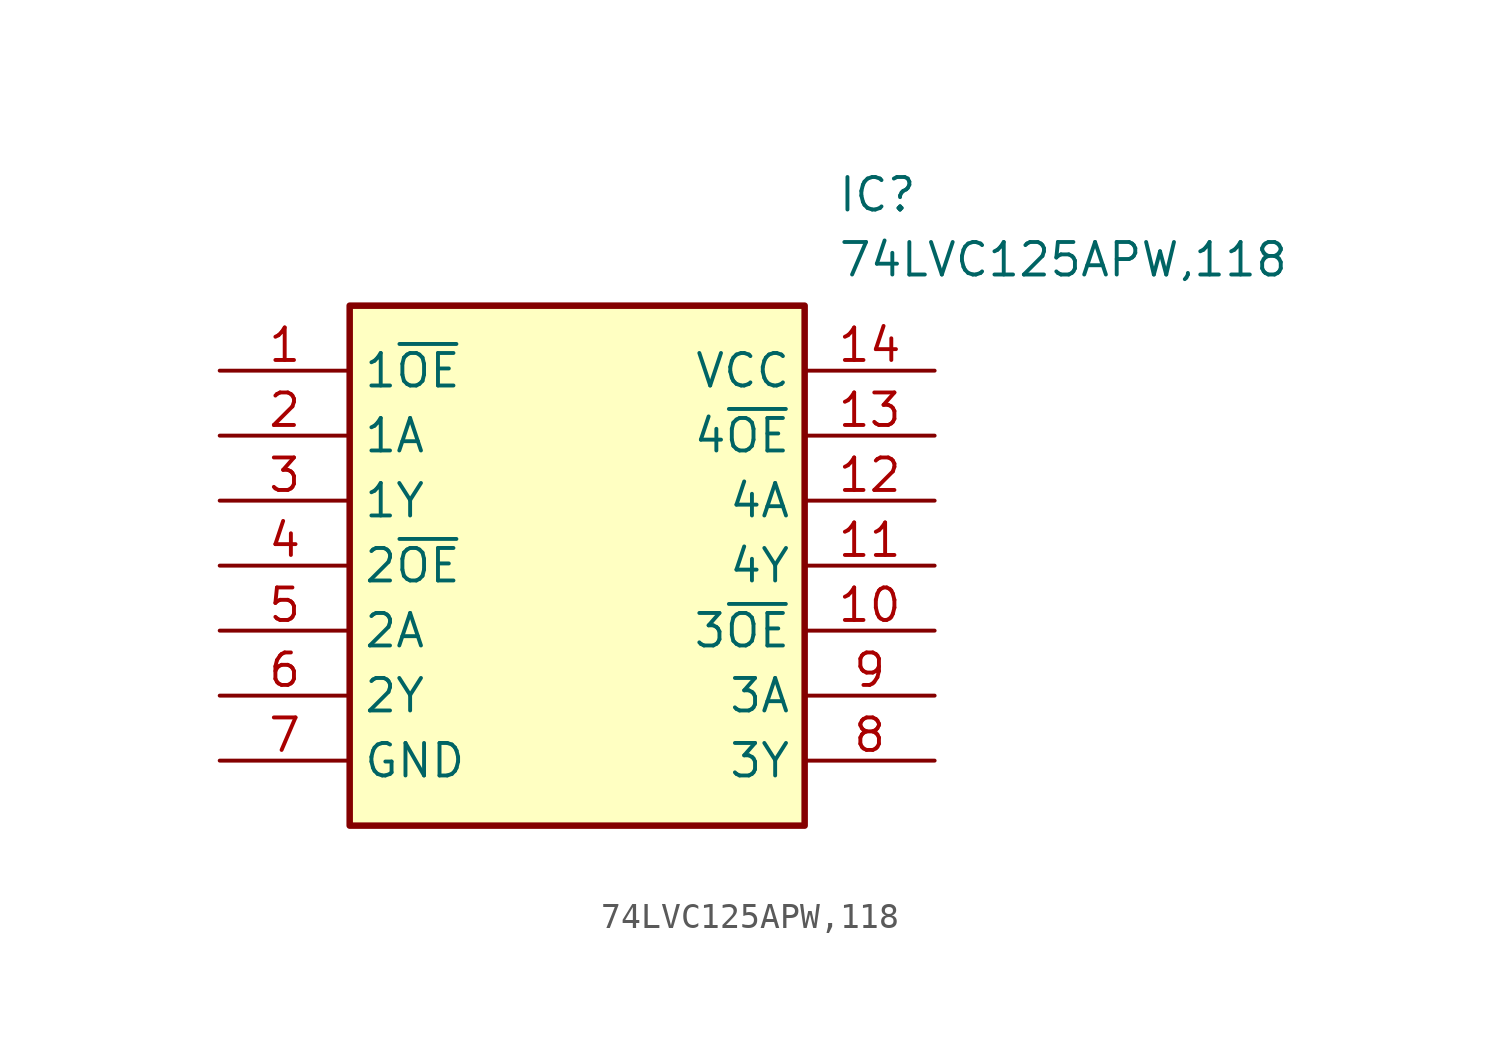
<source format=kicad_sym>
(kicad_symbol_lib
  (version 20211014)
  (generator SamacSys_ECAD_Model)
  (symbol "74LVC125APW,118"
    (property "Reference" "IC"
      (at 24.13 7.62 0)
      (effects (font (size 1.27 1.27)) (justify left top)))
    (property "Value" "74LVC125APW,118"
      (at 24.13 5.08 0)
      (effects (font (size 1.27 1.27)) (justify left top)))
    (rectangle
      (start 5.08 2.54)
      (end 22.86 -17.78)
      (stroke (width 0.254) (type default))
      (fill (type background)))
    (pin passive line
      (at 0 0 0)
      (length 5.08)
      (name "1~{OE}" (effects (font (size 1.27 1.27))))
      (number "1" (effects (font (size 1.27 1.27)))))
    (pin passive line
      (at 0 -2.54 0)
      (length 5.08)
      (name "1A" (effects (font (size 1.27 1.27))))
      (number "2" (effects (font (size 1.27 1.27)))))
    (pin passive line
      (at 0 -5.08 0)
      (length 5.08)
      (name "1Y" (effects (font (size 1.27 1.27))))
      (number "3" (effects (font (size 1.27 1.27)))))
    (pin passive line
      (at 0 -7.62 0)
      (length 5.08)
      (name "2~{OE}" (effects (font (size 1.27 1.27))))
      (number "4" (effects (font (size 1.27 1.27)))))
    (pin passive line
      (at 0 -10.16 0)
      (length 5.08)
      (name "2A" (effects (font (size 1.27 1.27))))
      (number "5" (effects (font (size 1.27 1.27)))))
    (pin passive line
      (at 0 -12.7 0)
      (length 5.08)
      (name "2Y" (effects (font (size 1.27 1.27))))
      (number "6" (effects (font (size 1.27 1.27)))))
    (pin passive line
      (at 0 -15.24 0)
      (length 5.08)
      (name "GND" (effects (font (size 1.27 1.27))))
      (number "7" (effects (font (size 1.27 1.27)))))
    (pin passive line
      (at 27.94 0 180)
      (length 5.08)
      (name "VCC" (effects (font (size 1.27 1.27))))
      (number "14" (effects (font (size 1.27 1.27)))))
    (pin passive line
      (at 27.94 -2.54 180)
      (length 5.08)
      (name "4~{OE}" (effects (font (size 1.27 1.27))))
      (number "13" (effects (font (size 1.27 1.27)))))
    (pin passive line
      (at 27.94 -5.08 180)
      (length 5.08)
      (name "4A" (effects (font (size 1.27 1.27))))
      (number "12" (effects (font (size 1.27 1.27)))))
    (pin passive line
      (at 27.94 -7.62 180)
      (length 5.08)
      (name "4Y" (effects (font (size 1.27 1.27))))
      (number "11" (effects (font (size 1.27 1.27)))))
    (pin passive line
      (at 27.94 -10.16 180)
      (length 5.08)
      (name "3~{OE}" (effects (font (size 1.27 1.27))))
      (number "10" (effects (font (size 1.27 1.27)))))
    (pin passive line
      (at 27.94 -12.7 180)
      (length 5.08)
      (name "3A" (effects (font (size 1.27 1.27))))
      (number "9" (effects (font (size 1.27 1.27)))))
    (pin passive line
      (at 27.94 -15.24 180)
      (length 5.08)
      (name "3Y" (effects (font (size 1.27 1.27))))
      (number "8" (effects (font (size 1.27 1.27)))))))
</source>
